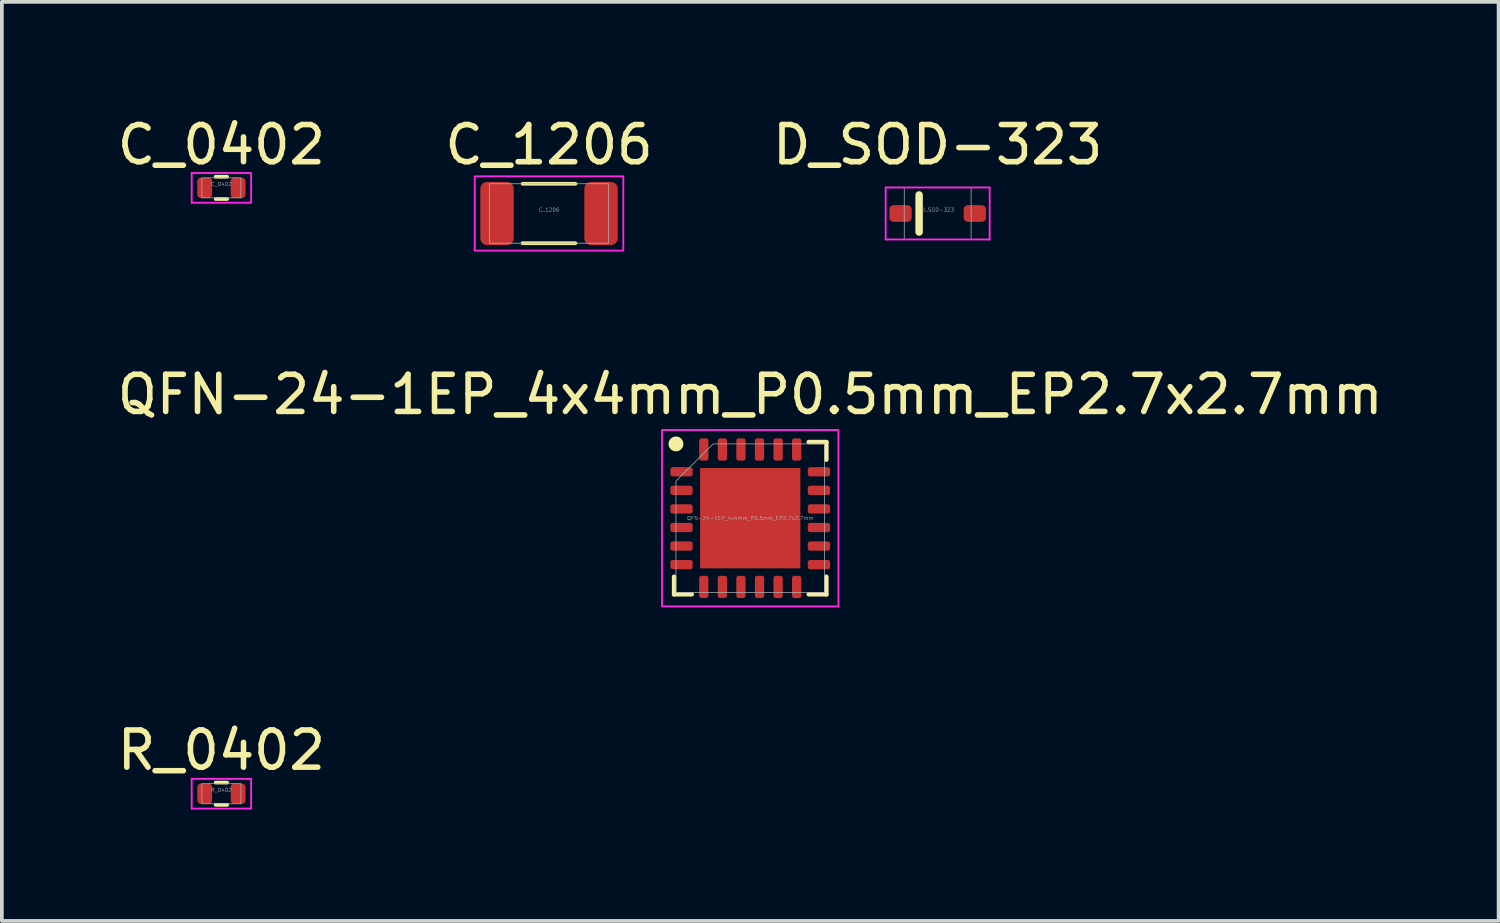
<source format=kicad_pcb>
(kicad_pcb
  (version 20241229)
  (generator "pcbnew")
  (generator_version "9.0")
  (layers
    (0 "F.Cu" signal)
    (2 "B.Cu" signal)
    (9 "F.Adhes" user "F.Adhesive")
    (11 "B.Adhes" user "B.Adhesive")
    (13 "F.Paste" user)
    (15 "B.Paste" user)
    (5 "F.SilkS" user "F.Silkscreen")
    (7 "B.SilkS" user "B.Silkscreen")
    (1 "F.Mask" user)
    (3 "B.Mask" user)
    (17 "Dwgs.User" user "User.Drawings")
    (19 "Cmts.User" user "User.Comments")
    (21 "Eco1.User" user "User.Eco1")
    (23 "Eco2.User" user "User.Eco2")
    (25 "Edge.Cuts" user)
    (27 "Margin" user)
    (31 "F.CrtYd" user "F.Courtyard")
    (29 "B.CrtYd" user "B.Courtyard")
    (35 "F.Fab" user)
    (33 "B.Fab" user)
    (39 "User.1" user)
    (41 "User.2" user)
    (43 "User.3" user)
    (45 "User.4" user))
  (footprint "D_SOD-323"
    (layer "F.Cu")
    (at 22.196 2.698)
    (property "Reference" "D_SOD-323" (at 0 -1.85 0) (layer "F.SilkS") (effects (font (size 1 1) (thickness 0.15))))
    (attr smd)
    (fp_line (start -0.5 -0.5) (end -0.5 0.5) (stroke (width 0.2) (type solid)) (layer "F.SilkS"))
    (fp_line (start -1.4 -0.7) (end -1.4 0.7) (stroke (width 0.05) (type solid)) (layer "F.CrtYd"))
    (fp_line (start -1.4 -0.7) (end 1.4 -0.7) (stroke (width 0.05) (type solid)) (layer "F.CrtYd"))
    (fp_line (start -1.4 0.7) (end 1.4 0.7) (stroke (width 0.05) (type solid)) (layer "F.CrtYd"))
    (fp_line (start 1.4 -0.7) (end 1.4 0.7) (stroke (width 0.05) (type solid)) (layer "F.CrtYd"))
    (fp_rect (start -0.9 -0.7) (end 0.9 0.7) (stroke (width 0.02) (type solid)) (fill no) (layer "F.Fab"))
    (fp_text user "${REFERENCE}" (at 0 -0.1 0) (layer "F.Fab") (effects (font (size 0.1 0.1) (thickness 0.01))))
    (pad "1" smd roundrect (at -1 0) (size 0.6 0.45) (layers "F.Cu" "F.Mask" "F.Paste") (roundrect_rratio 0.25))
    (pad "2" smd roundrect (at 1 0) (size 0.6 0.45) (layers "F.Cu" "F.Mask" "F.Paste") (roundrect_rratio 0.25)))
  (footprint "C_0402"
    (layer "F.Cu")
    (at 2.911 2.008)
    (property "Reference" "C_0402" (at 0 -1.16 0) (layer "F.SilkS") (effects (font (size 1 1) (thickness 0.15))))
    (attr smd)
    (fp_line (start -0.154 -0.3) (end 0.154 -0.3) (stroke (width 0.1) (type solid)) (layer "F.SilkS"))
    (fp_line (start -0.154 0.3) (end 0.154 0.3) (stroke (width 0.1) (type solid)) (layer "F.SilkS"))
    (fp_line (start -0.8 -0.4) (end 0.8 -0.4) (stroke (width 0.05) (type solid)) (layer "F.CrtYd"))
    (fp_line (start -0.8 0.4) (end -0.8 -0.4) (stroke (width 0.05) (type solid)) (layer "F.CrtYd"))
    (fp_line (start 0.8 -0.4) (end 0.8 0.4) (stroke (width 0.05) (type solid)) (layer "F.CrtYd"))
    (fp_line (start 0.8 0.4) (end -0.8 0.4) (stroke (width 0.05) (type solid)) (layer "F.CrtYd"))
    (fp_rect (start -0.525 -0.27) (end 0.525 0.27) (stroke (width 0.02) (type solid)) (fill no) (layer "F.Fab"))
    (fp_text user "${REFERENCE}" (at 0 -0.1 0) (layer "F.Fab") (effects (font (size 0.1 0.1) (thickness 0.01))))
    (pad "1" smd roundrect (at -0.45 0) (size 0.4 0.55) (layers "F.Cu" "F.Mask" "F.Paste") (roundrect_rratio 0.25))
    (pad "2" smd roundrect (at 0.45 0) (size 0.4 0.55) (layers "F.Cu" "F.Mask" "F.Paste") (roundrect_rratio 0.25)))
  (footprint "C_1206"
    (layer "F.Cu")
    (at 11.732 2.698)
    (property "Reference" "C_1206" (at 0 -1.85 0) (layer "F.SilkS") (effects (font (size 1 1) (thickness 0.15))))
    (attr smd)
    (fp_line (start -0.711 -0.8) (end 0.711 -0.8) (stroke (width 0.1) (type solid)) (layer "F.SilkS"))
    (fp_line (start -0.711 0.8) (end 0.711 0.8) (stroke (width 0.1) (type solid)) (layer "F.SilkS"))
    (fp_rect (start -2 -1) (end 2 1) (stroke (width 0.05) (type default)) (fill no) (layer "F.CrtYd"))
    (fp_rect (start -1.6 -0.8) (end 1.6 0.8) (stroke (width 0.02) (type solid)) (fill no) (layer "F.Fab"))
    (fp_text user "${REFERENCE}" (at 0 -0.1 0) (layer "F.Fab") (effects (font (size 0.1 0.1) (thickness 0.01))))
    (pad "1" smd roundrect (at -1.4 0) (size 0.9 1.7) (layers "F.Cu" "F.Mask" "F.Paste") (roundrect_rratio 0.2))
    (pad "2" smd roundrect (at 1.4 0) (size 0.9 1.7) (layers "F.Cu" "F.Mask" "F.Paste") (roundrect_rratio 0.2)))
  (footprint "R_0402"
    (layer "F.Cu")
    (at 2.911 18.32)
    (property "Reference" "R_0402" (at 0 -1.17 0) (layer "F.SilkS") (effects (font (size 1 1) (thickness 0.15))))
    (attr smd)
    (fp_line (start -0.154 -0.3) (end 0.154 -0.3) (stroke (width 0.1) (type solid)) (layer "F.SilkS"))
    (fp_line (start -0.154 0.3) (end 0.154 0.3) (stroke (width 0.1) (type solid)) (layer "F.SilkS"))
    (fp_line (start -0.8 -0.4) (end 0.8 -0.4) (stroke (width 0.05) (type solid)) (layer "F.CrtYd"))
    (fp_line (start -0.8 0.4) (end -0.8 -0.4) (stroke (width 0.05) (type solid)) (layer "F.CrtYd"))
    (fp_line (start 0.8 -0.4) (end 0.8 0.4) (stroke (width 0.05) (type solid)) (layer "F.CrtYd"))
    (fp_line (start 0.8 0.4) (end -0.8 0.4) (stroke (width 0.05) (type solid)) (layer "F.CrtYd"))
    (fp_rect (start -0.525 -0.27) (end 0.525 0.27) (stroke (width 0.02) (type solid)) (fill no) (layer "F.Fab"))
    (fp_text user "${REFERENCE}" (at 0 -0.1 0) (layer "F.Fab") (effects (font (size 0.1 0.1) (thickness 0.01))))
    (pad "1" smd roundrect (at -0.45 0) (size 0.4 0.55) (layers "F.Cu" "F.Mask" "F.Paste") (roundrect_rratio 0.25))
    (pad "2" smd roundrect (at 0.45 0) (size 0.4 0.55) (layers "F.Cu" "F.Mask" "F.Paste") (roundrect_rratio 0.25)))
  (footprint "QFN-24-1EP_4x4mm_P0.5mm_EP2.7x2.7mm"
    (layer "F.Cu")
    (at 17.149 10.902)
    (property "Reference" "QFN-24-1EP_4x4mm_P0.5mm_EP2.7x2.7mm" (at 0 -3.33 0) (layer "F.SilkS") (effects (font (size 1 1) (thickness 0.15))))
    (attr smd)
    (fp_line (start -2.05 2.05) (end -2.05 1.575) (stroke (width 0.12) (type solid)) (layer "F.SilkS"))
    (fp_line (start -1.575 2.05) (end -2.05 2.05) (stroke (width 0.12) (type solid)) (layer "F.SilkS"))
    (fp_line (start 1.575 -2.05) (end 2.05 -2.05) (stroke (width 0.12) (type solid)) (layer "F.SilkS"))
    (fp_line (start 1.575 2.05) (end 2.05 2.05) (stroke (width 0.12) (type solid)) (layer "F.SilkS"))
    (fp_line (start 2.05 -2.05) (end 2.05 -1.575) (stroke (width 0.12) (type solid)) (layer "F.SilkS"))
    (fp_line (start 2.05 2.05) (end 2.05 1.575) (stroke (width 0.12) (type solid)) (layer "F.SilkS"))
    (fp_circle (center -2 -2) (end -1.8 -2) (stroke (width 0) (type solid)) (fill yes) (layer "F.SilkS"))
    (fp_rect (start -2.375 -2.375) (end 2.375 2.375) (stroke (width 0.05) (type solid)) (fill no) (layer "F.CrtYd"))
    (fp_poly (pts (xy -2 -1) (xy -2 2) (xy 2 2) (xy 2 -2) (xy -1 -2)) (stroke (width 0.02) (type solid)) (fill no) (layer "F.Fab"))
    (fp_text user "${REFERENCE}" (at 0 0 0) (layer "F.Fab") (effects (font (size 0.1 0.1) (thickness 0.01))))
    (pad "" smd roundrect (at -0.675 -0.675) (size 1.09 1.09) (layers "F.Paste") (roundrect_rratio 0.229))
    (pad "" smd roundrect (at -0.675 0.675) (size 1.09 1.09) (layers "F.Paste") (roundrect_rratio 0.229))
    (pad "" smd roundrect (at 0.675 -0.675) (size 1.09 1.09) (layers "F.Paste") (roundrect_rratio 0.229))
    (pad "" smd roundrect (at 0.675 0.675) (size 1.09 1.09) (layers "F.Paste") (roundrect_rratio 0.229))
    (pad "1" smd roundrect (at -1.85 -1.25) (size 0.6 0.25) (layers "F.Cu" "F.Mask" "F.Paste") (roundrect_rratio 0.25))
    (pad "2" smd roundrect (at -1.85 -0.75) (size 0.6 0.25) (layers "F.Cu" "F.Mask" "F.Paste") (roundrect_rratio 0.25))
    (pad "3" smd roundrect (at -1.85 -0.25) (size 0.6 0.25) (layers "F.Cu" "F.Mask" "F.Paste") (roundrect_rratio 0.25))
    (pad "4" smd roundrect (at -1.85 0.25) (size 0.6 0.25) (layers "F.Cu" "F.Mask" "F.Paste") (roundrect_rratio 0.25))
    (pad "5" smd roundrect (at -1.85 0.75) (size 0.6 0.25) (layers "F.Cu" "F.Mask" "F.Paste") (roundrect_rratio 0.25))
    (pad "6" smd roundrect (at -1.85 1.25) (size 0.6 0.25) (layers "F.Cu" "F.Mask" "F.Paste") (roundrect_rratio 0.25))
    (pad "7" smd roundrect (at -1.25 1.85 90) (size 0.6 0.25) (layers "F.Cu" "F.Mask" "F.Paste") (roundrect_rratio 0.25))
    (pad "8" smd roundrect (at -0.75 1.85 90) (size 0.6 0.25) (layers "F.Cu" "F.Mask" "F.Paste") (roundrect_rratio 0.25))
    (pad "9" smd roundrect (at -0.25 1.85 90) (size 0.6 0.25) (layers "F.Cu" "F.Mask" "F.Paste") (roundrect_rratio 0.25))
    (pad "10" smd roundrect (at 0.25 1.85 90) (size 0.6 0.25) (layers "F.Cu" "F.Mask" "F.Paste") (roundrect_rratio 0.25))
    (pad "11" smd roundrect (at 0.75 1.85 90) (size 0.6 0.25) (layers "F.Cu" "F.Mask" "F.Paste") (roundrect_rratio 0.25))
    (pad "12" smd roundrect (at 1.25 1.85 90) (size 0.6 0.25) (layers "F.Cu" "F.Mask" "F.Paste") (roundrect_rratio 0.25))
    (pad "13" smd roundrect (at 1.85 1.25) (size 0.6 0.25) (layers "F.Cu" "F.Mask" "F.Paste") (roundrect_rratio 0.25))
    (pad "14" smd roundrect (at 1.85 0.75) (size 0.6 0.25) (layers "F.Cu" "F.Mask" "F.Paste") (roundrect_rratio 0.25))
    (pad "15" smd roundrect (at 1.85 0.25) (size 0.6 0.25) (layers "F.Cu" "F.Mask" "F.Paste") (roundrect_rratio 0.25))
    (pad "16" smd roundrect (at 1.85 -0.25) (size 0.6 0.25) (layers "F.Cu" "F.Mask" "F.Paste") (roundrect_rratio 0.25))
    (pad "17" smd roundrect (at 1.85 -0.75) (size 0.6 0.25) (layers "F.Cu" "F.Mask" "F.Paste") (roundrect_rratio 0.25))
    (pad "18" smd roundrect (at 1.85 -1.25) (size 0.6 0.25) (layers "F.Cu" "F.Mask" "F.Paste") (roundrect_rratio 0.25))
    (pad "19" smd roundrect (at 1.25 -1.85 90) (size 0.6 0.25) (layers "F.Cu" "F.Mask" "F.Paste") (roundrect_rratio 0.25))
    (pad "20" smd roundrect (at 0.75 -1.85 90) (size 0.6 0.25) (layers "F.Cu" "F.Mask" "F.Paste") (roundrect_rratio 0.25))
    (pad "21" smd roundrect (at 0.25 -1.85 90) (size 0.6 0.25) (layers "F.Cu" "F.Mask" "F.Paste") (roundrect_rratio 0.25))
    (pad "22" smd roundrect (at -0.25 -1.85 90) (size 0.6 0.25) (layers "F.Cu" "F.Mask" "F.Paste") (roundrect_rratio 0.25))
    (pad "23" smd roundrect (at -0.75 -1.85 90) (size 0.6 0.25) (layers "F.Cu" "F.Mask" "F.Paste") (roundrect_rratio 0.25))
    (pad "24" smd roundrect (at -1.25 -1.85 90) (size 0.6 0.25) (layers "F.Cu" "F.Mask" "F.Paste") (roundrect_rratio 0.25))
    (pad "25" smd rect (at 0 0) (size 2.7 2.7) (property pad_prop_heatsink) (layers "F.Cu" "F.Mask")))
  (gr_rect
    (start -3 -3)
    (end 37.298 21.745)
    (stroke (width 0.1) (type default))
    (fill no)
    (layer "Edge.Cuts")))
</source>
